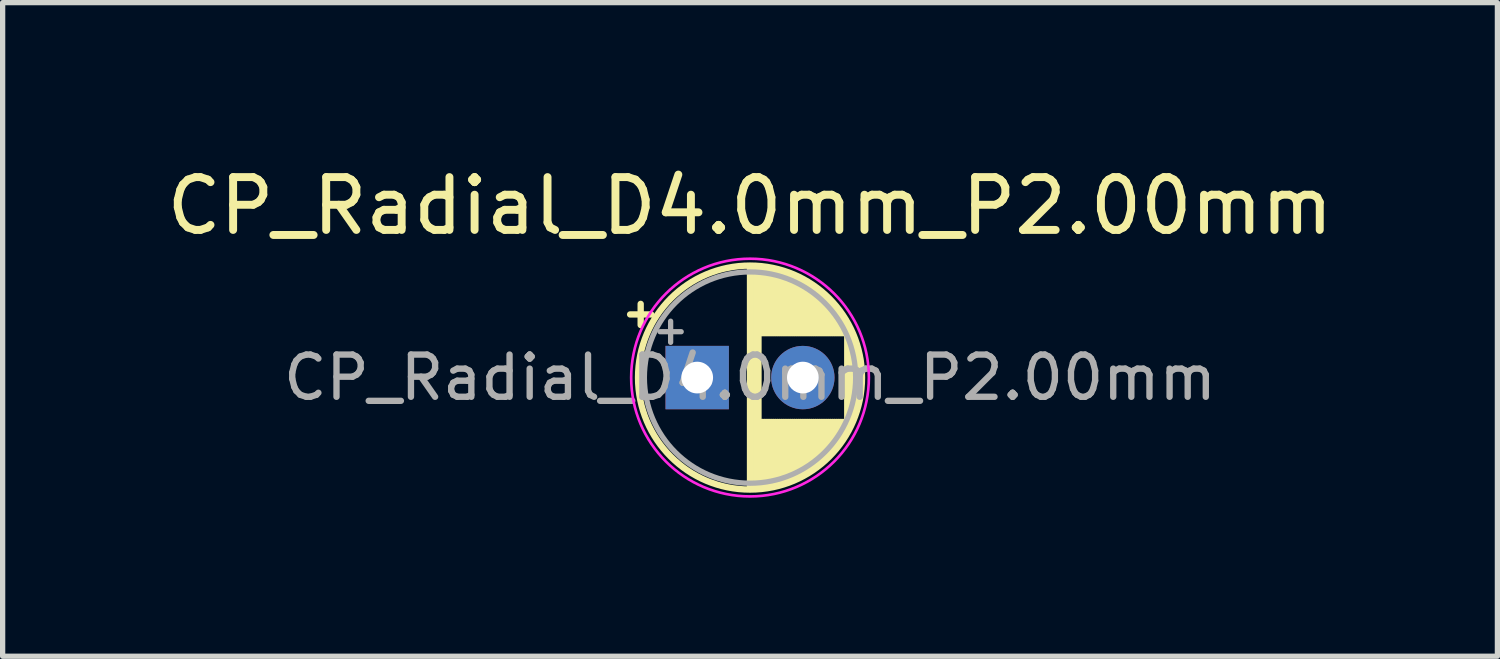
<source format=kicad_pcb>
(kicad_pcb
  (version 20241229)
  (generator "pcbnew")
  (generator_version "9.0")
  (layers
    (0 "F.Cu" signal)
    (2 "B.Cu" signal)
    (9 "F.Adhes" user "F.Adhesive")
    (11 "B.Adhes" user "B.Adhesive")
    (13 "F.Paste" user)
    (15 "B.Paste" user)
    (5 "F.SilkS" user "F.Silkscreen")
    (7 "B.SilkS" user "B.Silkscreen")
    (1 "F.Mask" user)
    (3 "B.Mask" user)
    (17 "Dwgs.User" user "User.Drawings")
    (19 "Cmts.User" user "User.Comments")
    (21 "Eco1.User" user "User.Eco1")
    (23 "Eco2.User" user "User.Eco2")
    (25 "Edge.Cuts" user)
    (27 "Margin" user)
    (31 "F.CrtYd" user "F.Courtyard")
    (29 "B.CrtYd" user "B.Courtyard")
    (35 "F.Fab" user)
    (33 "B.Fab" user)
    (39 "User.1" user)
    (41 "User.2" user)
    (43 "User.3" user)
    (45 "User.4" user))
  (footprint "CP_Radial_D4.0mm_P2.00mm"
    (layer "F.Cu")
    (at 10.149 4.098)
    (property "Reference" "CP_Radial_D4.0mm_P2.00mm" (at 1 -3.25 0) (layer "F.SilkS") (effects (font (size 1 1) (thickness 0.15))))
    (attr through_hole)
    (fp_line (start -1.27 -1.195) (end -0.87 -1.195) (stroke (width 0.12) (type solid)) (layer "F.SilkS"))
    (fp_line (start -1.07 -1.395) (end -1.07 -0.995) (stroke (width 0.12) (type solid)) (layer "F.SilkS"))
    (fp_line (start 1 -2.08) (end 1 2.08) (stroke (width 0.12) (type solid)) (layer "F.SilkS"))
    (fp_line (start 1.04 -2.08) (end 1.04 2.08) (stroke (width 0.12) (type solid)) (layer "F.SilkS"))
    (fp_line (start 1.08 -2.079) (end 1.08 2.079) (stroke (width 0.12) (type solid)) (layer "F.SilkS"))
    (fp_line (start 1.12 -2.077) (end 1.12 2.077) (stroke (width 0.12) (type solid)) (layer "F.SilkS"))
    (fp_line (start 1.16 -2.074) (end 1.16 2.074) (stroke (width 0.12) (type solid)) (layer "F.SilkS"))
    (fp_line (start 1.2 -2.071) (end 1.2 -0.84) (stroke (width 0.12) (type solid)) (layer "F.SilkS"))
    (fp_line (start 1.2 0.84) (end 1.2 2.071) (stroke (width 0.12) (type solid)) (layer "F.SilkS"))
    (fp_line (start 1.24 -2.067) (end 1.24 -0.84) (stroke (width 0.12) (type solid)) (layer "F.SilkS"))
    (fp_line (start 1.24 0.84) (end 1.24 2.067) (stroke (width 0.12) (type solid)) (layer "F.SilkS"))
    (fp_line (start 1.28 -2.062) (end 1.28 -0.84) (stroke (width 0.12) (type solid)) (layer "F.SilkS"))
    (fp_line (start 1.28 0.84) (end 1.28 2.062) (stroke (width 0.12) (type solid)) (layer "F.SilkS"))
    (fp_line (start 1.32 -2.056) (end 1.32 -0.84) (stroke (width 0.12) (type solid)) (layer "F.SilkS"))
    (fp_line (start 1.32 0.84) (end 1.32 2.056) (stroke (width 0.12) (type solid)) (layer "F.SilkS"))
    (fp_line (start 1.36 -2.05) (end 1.36 -0.84) (stroke (width 0.12) (type solid)) (layer "F.SilkS"))
    (fp_line (start 1.36 0.84) (end 1.36 2.05) (stroke (width 0.12) (type solid)) (layer "F.SilkS"))
    (fp_line (start 1.4 -2.042) (end 1.4 -0.84) (stroke (width 0.12) (type solid)) (layer "F.SilkS"))
    (fp_line (start 1.4 0.84) (end 1.4 2.042) (stroke (width 0.12) (type solid)) (layer "F.SilkS"))
    (fp_line (start 1.44 -2.034) (end 1.44 -0.84) (stroke (width 0.12) (type solid)) (layer "F.SilkS"))
    (fp_line (start 1.44 0.84) (end 1.44 2.034) (stroke (width 0.12) (type solid)) (layer "F.SilkS"))
    (fp_line (start 1.48 -2.025) (end 1.48 -0.84) (stroke (width 0.12) (type solid)) (layer "F.SilkS"))
    (fp_line (start 1.48 0.84) (end 1.48 2.025) (stroke (width 0.12) (type solid)) (layer "F.SilkS"))
    (fp_line (start 1.52 -2.016) (end 1.52 -0.84) (stroke (width 0.12) (type solid)) (layer "F.SilkS"))
    (fp_line (start 1.52 0.84) (end 1.52 2.016) (stroke (width 0.12) (type solid)) (layer "F.SilkS"))
    (fp_line (start 1.56 -2.005) (end 1.56 -0.84) (stroke (width 0.12) (type solid)) (layer "F.SilkS"))
    (fp_line (start 1.56 0.84) (end 1.56 2.005) (stroke (width 0.12) (type solid)) (layer "F.SilkS"))
    (fp_line (start 1.6 -1.994) (end 1.6 -0.84) (stroke (width 0.12) (type solid)) (layer "F.SilkS"))
    (fp_line (start 1.6 0.84) (end 1.6 1.994) (stroke (width 0.12) (type solid)) (layer "F.SilkS"))
    (fp_line (start 1.64 -1.982) (end 1.64 -0.84) (stroke (width 0.12) (type solid)) (layer "F.SilkS"))
    (fp_line (start 1.64 0.84) (end 1.64 1.982) (stroke (width 0.12) (type solid)) (layer "F.SilkS"))
    (fp_line (start 1.68 -1.968) (end 1.68 -0.84) (stroke (width 0.12) (type solid)) (layer "F.SilkS"))
    (fp_line (start 1.68 0.84) (end 1.68 1.968) (stroke (width 0.12) (type solid)) (layer "F.SilkS"))
    (fp_line (start 1.721 -1.954) (end 1.721 -0.84) (stroke (width 0.12) (type solid)) (layer "F.SilkS"))
    (fp_line (start 1.721 0.84) (end 1.721 1.954) (stroke (width 0.12) (type solid)) (layer "F.SilkS"))
    (fp_line (start 1.761 -1.94) (end 1.761 -0.84) (stroke (width 0.12) (type solid)) (layer "F.SilkS"))
    (fp_line (start 1.761 0.84) (end 1.761 1.94) (stroke (width 0.12) (type solid)) (layer "F.SilkS"))
    (fp_line (start 1.801 -1.924) (end 1.801 -0.84) (stroke (width 0.12) (type solid)) (layer "F.SilkS"))
    (fp_line (start 1.801 0.84) (end 1.801 1.924) (stroke (width 0.12) (type solid)) (layer "F.SilkS"))
    (fp_line (start 1.841 -1.907) (end 1.841 -0.84) (stroke (width 0.12) (type solid)) (layer "F.SilkS"))
    (fp_line (start 1.841 0.84) (end 1.841 1.907) (stroke (width 0.12) (type solid)) (layer "F.SilkS"))
    (fp_line (start 1.881 -1.889) (end 1.881 -0.84) (stroke (width 0.12) (type solid)) (layer "F.SilkS"))
    (fp_line (start 1.881 0.84) (end 1.881 1.889) (stroke (width 0.12) (type solid)) (layer "F.SilkS"))
    (fp_line (start 1.921 -1.87) (end 1.921 -0.84) (stroke (width 0.12) (type solid)) (layer "F.SilkS"))
    (fp_line (start 1.921 0.84) (end 1.921 1.87) (stroke (width 0.12) (type solid)) (layer "F.SilkS"))
    (fp_line (start 1.961 -1.851) (end 1.961 -0.84) (stroke (width 0.12) (type solid)) (layer "F.SilkS"))
    (fp_line (start 1.961 0.84) (end 1.961 1.851) (stroke (width 0.12) (type solid)) (layer "F.SilkS"))
    (fp_line (start 2.001 -1.83) (end 2.001 -0.84) (stroke (width 0.12) (type solid)) (layer "F.SilkS"))
    (fp_line (start 2.001 0.84) (end 2.001 1.83) (stroke (width 0.12) (type solid)) (layer "F.SilkS"))
    (fp_line (start 2.041 -1.808) (end 2.041 -0.84) (stroke (width 0.12) (type solid)) (layer "F.SilkS"))
    (fp_line (start 2.041 0.84) (end 2.041 1.808) (stroke (width 0.12) (type solid)) (layer "F.SilkS"))
    (fp_line (start 2.081 -1.785) (end 2.081 -0.84) (stroke (width 0.12) (type solid)) (layer "F.SilkS"))
    (fp_line (start 2.081 0.84) (end 2.081 1.785) (stroke (width 0.12) (type solid)) (layer "F.SilkS"))
    (fp_line (start 2.121 -1.76) (end 2.121 -0.84) (stroke (width 0.12) (type solid)) (layer "F.SilkS"))
    (fp_line (start 2.121 0.84) (end 2.121 1.76) (stroke (width 0.12) (type solid)) (layer "F.SilkS"))
    (fp_line (start 2.161 -1.735) (end 2.161 -0.84) (stroke (width 0.12) (type solid)) (layer "F.SilkS"))
    (fp_line (start 2.161 0.84) (end 2.161 1.735) (stroke (width 0.12) (type solid)) (layer "F.SilkS"))
    (fp_line (start 2.201 -1.708) (end 2.201 -0.84) (stroke (width 0.12) (type solid)) (layer "F.SilkS"))
    (fp_line (start 2.201 0.84) (end 2.201 1.708) (stroke (width 0.12) (type solid)) (layer "F.SilkS"))
    (fp_line (start 2.241 -1.68) (end 2.241 -0.84) (stroke (width 0.12) (type solid)) (layer "F.SilkS"))
    (fp_line (start 2.241 0.84) (end 2.241 1.68) (stroke (width 0.12) (type solid)) (layer "F.SilkS"))
    (fp_line (start 2.281 -1.65) (end 2.281 -0.84) (stroke (width 0.12) (type solid)) (layer "F.SilkS"))
    (fp_line (start 2.281 0.84) (end 2.281 1.65) (stroke (width 0.12) (type solid)) (layer "F.SilkS"))
    (fp_line (start 2.321 -1.619) (end 2.321 -0.84) (stroke (width 0.12) (type solid)) (layer "F.SilkS"))
    (fp_line (start 2.321 0.84) (end 2.321 1.619) (stroke (width 0.12) (type solid)) (layer "F.SilkS"))
    (fp_line (start 2.361 -1.587) (end 2.361 -0.84) (stroke (width 0.12) (type solid)) (layer "F.SilkS"))
    (fp_line (start 2.361 0.84) (end 2.361 1.587) (stroke (width 0.12) (type solid)) (layer "F.SilkS"))
    (fp_line (start 2.401 -1.552) (end 2.401 -0.84) (stroke (width 0.12) (type solid)) (layer "F.SilkS"))
    (fp_line (start 2.401 0.84) (end 2.401 1.552) (stroke (width 0.12) (type solid)) (layer "F.SilkS"))
    (fp_line (start 2.441 -1.516) (end 2.441 -0.84) (stroke (width 0.12) (type solid)) (layer "F.SilkS"))
    (fp_line (start 2.441 0.84) (end 2.441 1.516) (stroke (width 0.12) (type solid)) (layer "F.SilkS"))
    (fp_line (start 2.481 -1.478) (end 2.481 -0.84) (stroke (width 0.12) (type solid)) (layer "F.SilkS"))
    (fp_line (start 2.481 0.84) (end 2.481 1.478) (stroke (width 0.12) (type solid)) (layer "F.SilkS"))
    (fp_line (start 2.521 -1.438) (end 2.521 -0.84) (stroke (width 0.12) (type solid)) (layer "F.SilkS"))
    (fp_line (start 2.521 0.84) (end 2.521 1.438) (stroke (width 0.12) (type solid)) (layer "F.SilkS"))
    (fp_line (start 2.561 -1.396) (end 2.561 -0.84) (stroke (width 0.12) (type solid)) (layer "F.SilkS"))
    (fp_line (start 2.561 0.84) (end 2.561 1.396) (stroke (width 0.12) (type solid)) (layer "F.SilkS"))
    (fp_line (start 2.601 -1.351) (end 2.601 -0.84) (stroke (width 0.12) (type solid)) (layer "F.SilkS"))
    (fp_line (start 2.601 0.84) (end 2.601 1.351) (stroke (width 0.12) (type solid)) (layer "F.SilkS"))
    (fp_line (start 2.641 -1.304) (end 2.641 -0.84) (stroke (width 0.12) (type solid)) (layer "F.SilkS"))
    (fp_line (start 2.641 0.84) (end 2.641 1.304) (stroke (width 0.12) (type solid)) (layer "F.SilkS"))
    (fp_line (start 2.681 -1.254) (end 2.681 -0.84) (stroke (width 0.12) (type solid)) (layer "F.SilkS"))
    (fp_line (start 2.681 0.84) (end 2.681 1.254) (stroke (width 0.12) (type solid)) (layer "F.SilkS"))
    (fp_line (start 2.721 -1.2) (end 2.721 -0.84) (stroke (width 0.12) (type solid)) (layer "F.SilkS"))
    (fp_line (start 2.721 0.84) (end 2.721 1.2) (stroke (width 0.12) (type solid)) (layer "F.SilkS"))
    (fp_line (start 2.761 -1.142) (end 2.761 -0.84) (stroke (width 0.12) (type solid)) (layer "F.SilkS"))
    (fp_line (start 2.761 0.84) (end 2.761 1.142) (stroke (width 0.12) (type solid)) (layer "F.SilkS"))
    (fp_line (start 2.801 -1.08) (end 2.801 -0.84) (stroke (width 0.12) (type solid)) (layer "F.SilkS"))
    (fp_line (start 2.801 0.84) (end 2.801 1.08) (stroke (width 0.12) (type solid)) (layer "F.SilkS"))
    (fp_line (start 2.841 -1.013) (end 2.841 1.013) (stroke (width 0.12) (type solid)) (layer "F.SilkS"))
    (fp_line (start 2.881 -0.94) (end 2.881 0.94) (stroke (width 0.12) (type solid)) (layer "F.SilkS"))
    (fp_line (start 2.921 -0.859) (end 2.921 0.859) (stroke (width 0.12) (type solid)) (layer "F.SilkS"))
    (fp_line (start 2.961 -0.768) (end 2.961 0.768) (stroke (width 0.12) (type solid)) (layer "F.SilkS"))
    (fp_line (start 3.001 -0.664) (end 3.001 0.664) (stroke (width 0.12) (type solid)) (layer "F.SilkS"))
    (fp_line (start 3.041 -0.537) (end 3.041 0.537) (stroke (width 0.12) (type solid)) (layer "F.SilkS"))
    (fp_line (start 3.081 -0.37) (end 3.081 0.37) (stroke (width 0.12) (type solid)) (layer "F.SilkS"))
    (fp_circle (center 1 0) (end 3.12 0) (stroke (width 0.12) (type solid)) (fill no) (layer "F.SilkS"))
    (fp_circle (center 1 0) (end 3.25 0) (stroke (width 0.05) (type solid)) (fill no) (layer "F.CrtYd"))
    (fp_line (start -0.703 -0.868) (end -0.303 -0.868) (stroke (width 0.1) (type solid)) (layer "F.Fab"))
    (fp_line (start -0.503 -1.067) (end -0.503 -0.667) (stroke (width 0.1) (type solid)) (layer "F.Fab"))
    (fp_circle (center 1 0) (end 3 0) (stroke (width 0.1) (type solid)) (fill no) (layer "F.Fab"))
    (fp_text user "${REFERENCE}" (at 1 0 0) (layer "F.Fab") (effects (font (size 0.8 0.8) (thickness 0.12))))
    (pad "1" thru_hole rect (at 0 0) (size 1.2 1.2) (drill 0.6) (layers "*.Cu" "*.Mask"))
    (pad "2" thru_hole circle (at 2 0) (size 1.2 1.2) (drill 0.6) (layers "*.Cu" "*.Mask")))
  (gr_rect
    (start -3 -3)
    (end 25.298 9.373)
    (stroke (width 0.1) (type default))
    (fill no)
    (layer "Edge.Cuts")))
</source>
